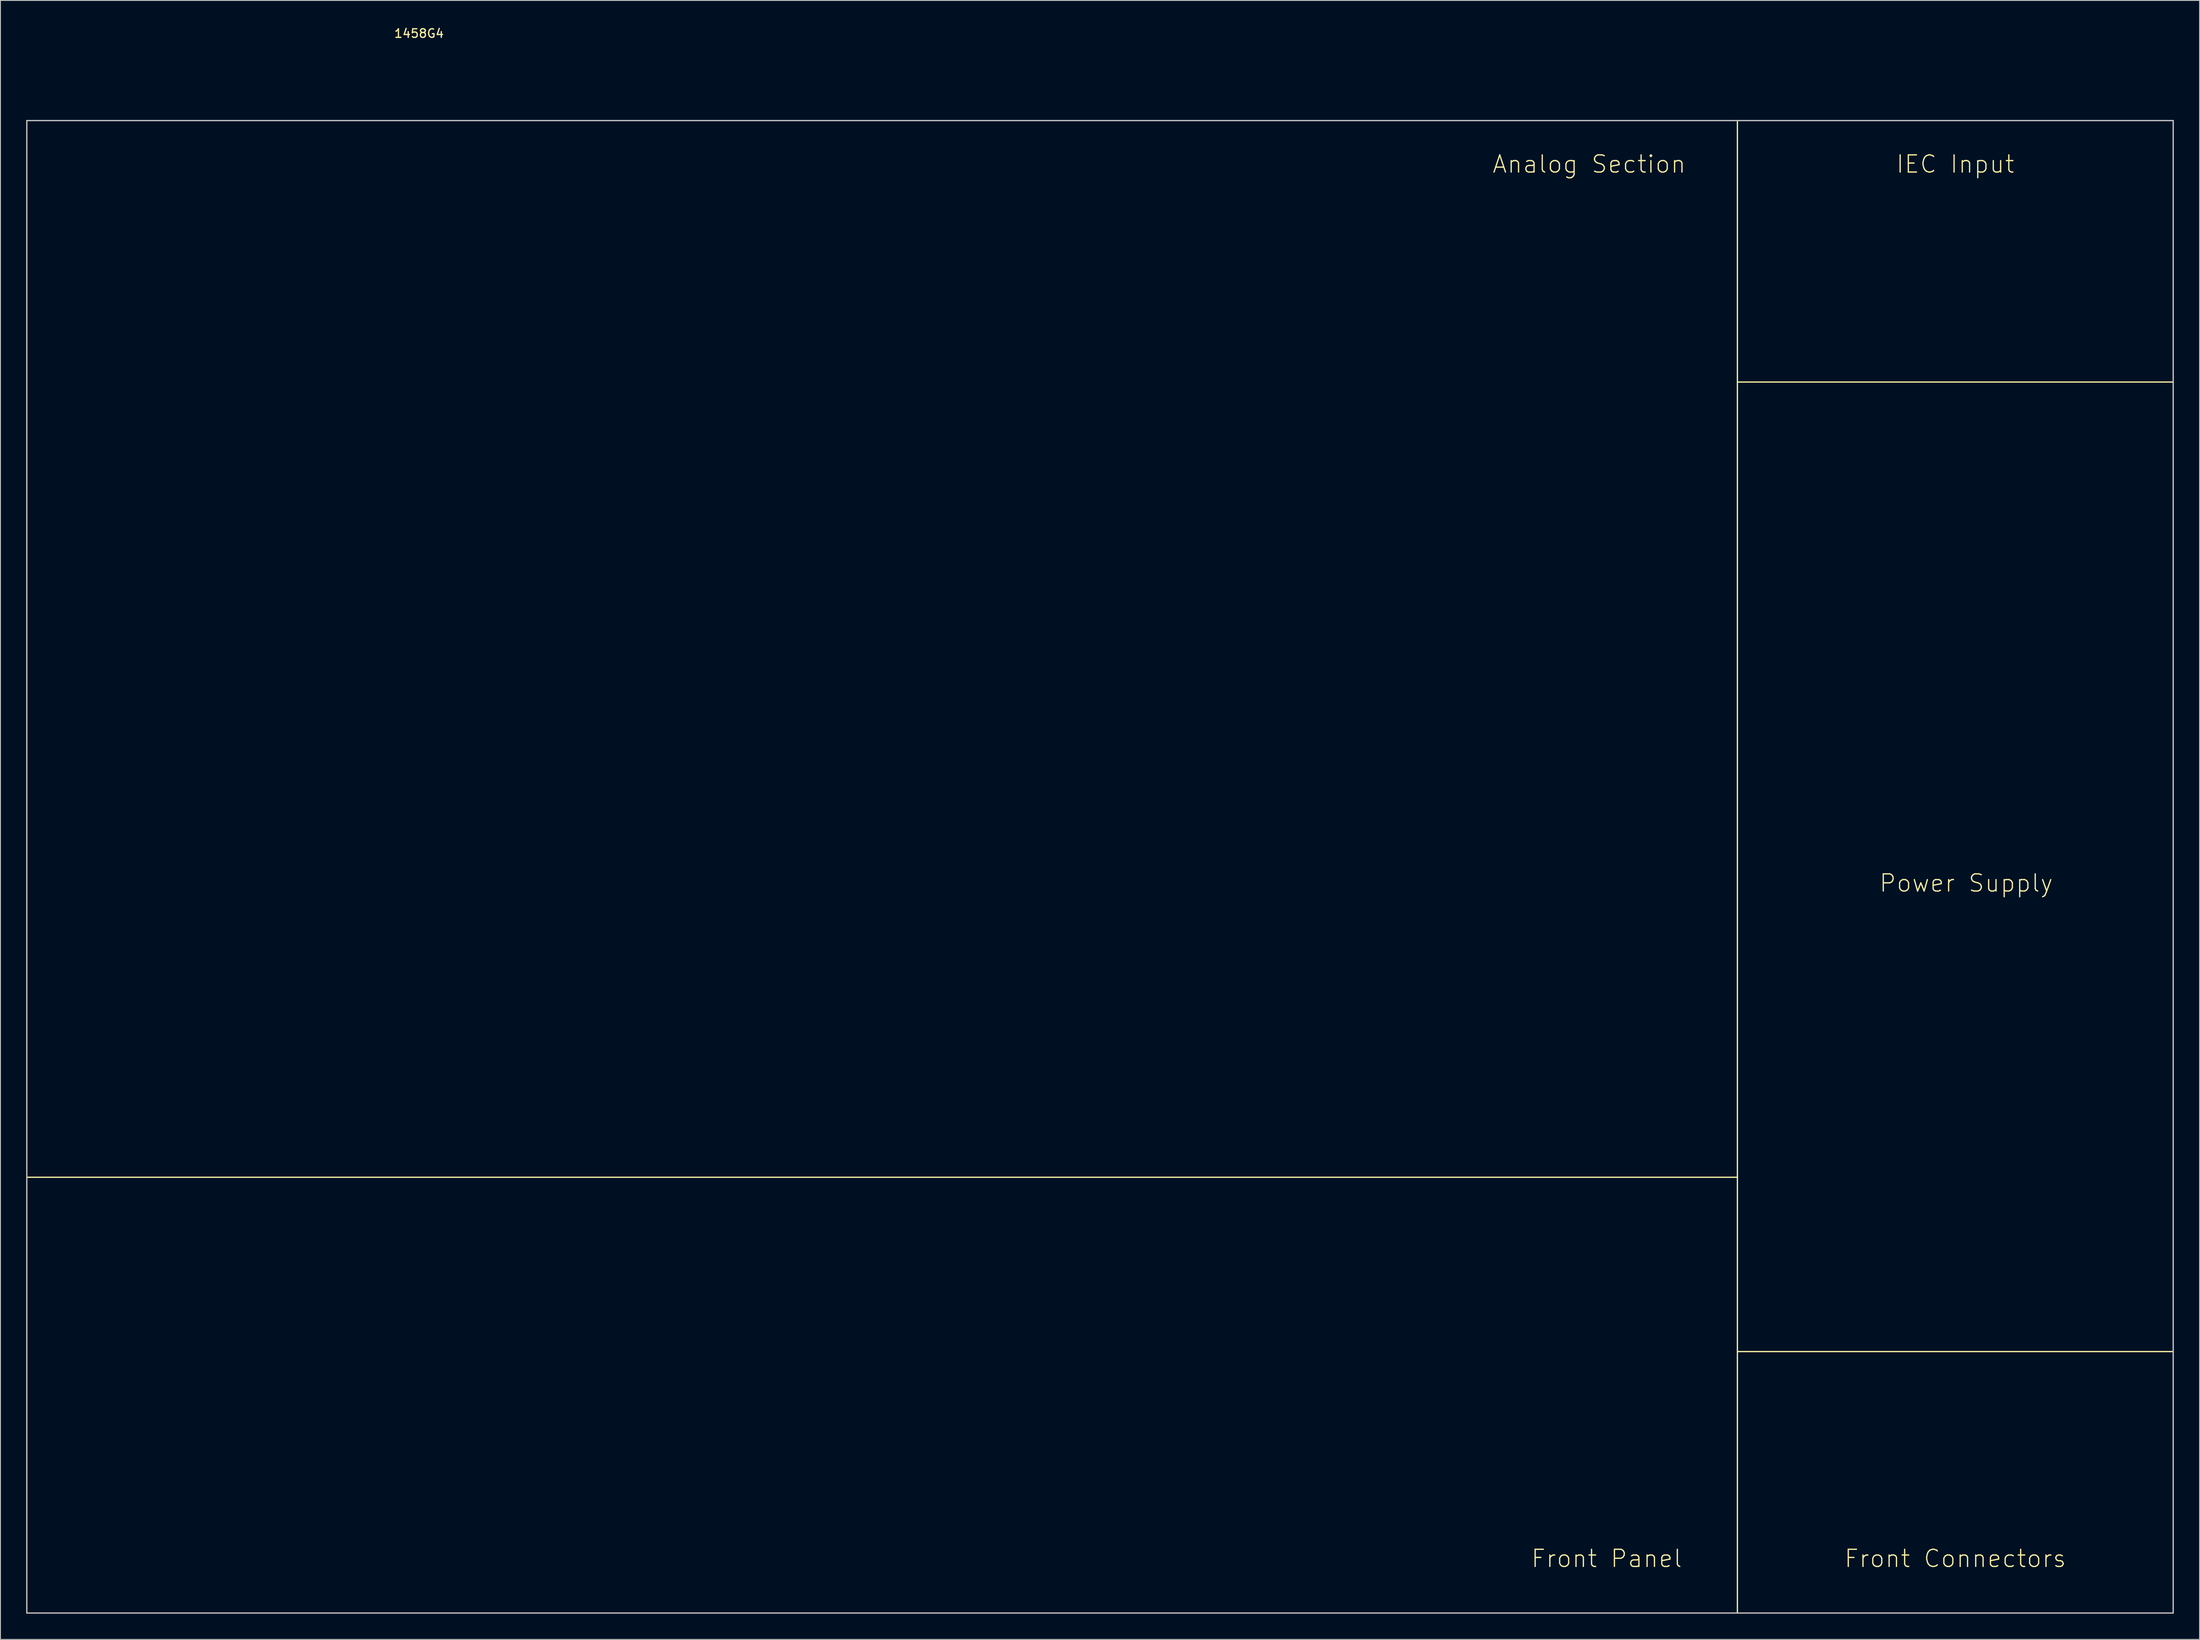
<source format=kicad_pcb>
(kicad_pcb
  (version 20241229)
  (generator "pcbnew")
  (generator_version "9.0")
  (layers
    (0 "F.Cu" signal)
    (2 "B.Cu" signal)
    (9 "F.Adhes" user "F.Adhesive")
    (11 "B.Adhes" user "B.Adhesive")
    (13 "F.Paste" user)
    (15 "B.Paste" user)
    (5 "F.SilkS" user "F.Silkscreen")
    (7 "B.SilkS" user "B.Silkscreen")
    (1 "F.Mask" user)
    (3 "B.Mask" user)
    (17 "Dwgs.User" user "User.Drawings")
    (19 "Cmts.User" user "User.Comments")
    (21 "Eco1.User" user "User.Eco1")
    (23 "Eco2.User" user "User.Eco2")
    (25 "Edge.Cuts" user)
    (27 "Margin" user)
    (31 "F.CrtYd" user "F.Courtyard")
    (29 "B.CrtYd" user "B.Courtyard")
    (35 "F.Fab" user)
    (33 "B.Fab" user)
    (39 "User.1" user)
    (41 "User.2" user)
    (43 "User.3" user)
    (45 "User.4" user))
  (footprint "1458G4"
    (layer "F.Cu")
    (at 125.805 97.368)
    (property "Reference" "1458G4" (at -80.01 -96.52 0) (layer "F.SilkS") (effects (font (size 1 1) (thickness 0.15))))
    (attr through_hole)
    (fp_line (start -125.73 36.83) (end 73.66 36.83) (stroke (width 0.15) (type solid)) (layer "F.SilkS"))
    (fp_line (start 73.66 -86.36) (end 73.66 87.63) (stroke (width 0.15) (type solid)) (layer "F.SilkS"))
    (fp_line (start 73.66 -55.88) (end 124.46 -55.88) (stroke (width 0.15) (type solid)) (layer "F.SilkS"))
    (fp_line (start 73.66 57.15) (end 124.46 57.15) (stroke (width 0.15) (type solid)) (layer "F.SilkS"))
    (fp_line (start -125.73 -86.36) (end 124.46 -86.36) (stroke (width 0.15) (type solid)) (layer "Dwgs.User"))
    (fp_line (start -125.73 87.63) (end -125.73 -86.36) (stroke (width 0.15) (type solid)) (layer "Dwgs.User"))
    (fp_line (start 124.46 -86.36) (end 124.46 87.63) (stroke (width 0.15) (type solid)) (layer "Dwgs.User"))
    (fp_line (start 124.46 87.63) (end -125.73 87.63) (stroke (width 0.15) (type solid)) (layer "Dwgs.User"))
    (fp_text user "Power Supply" (at 100.33 2.54 0) (layer "F.SilkS") (effects (font (size 2 2) (thickness 0.15))))
    (fp_text user "Front Panel" (at 58.42 81.28 0) (layer "F.SilkS") (effects (font (size 2 2) (thickness 0.15))))
    (fp_text user "IEC Input" (at 99.06 -81.28 0) (layer "F.SilkS") (effects (font (size 2 2) (thickness 0.15))))
    (fp_text user "Front Connectors" (at 99.06 81.28 0) (layer "F.SilkS") (effects (font (size 2 2) (thickness 0.15))))
    (fp_text user "Analog Section" (at 56.388 -81.28 0) (layer "F.SilkS") (effects (font (size 2 2) (thickness 0.15)))))
  (gr_rect
    (start -3 -3)
    (end 253.34 188.073)
    (stroke (width 0.1) (type default))
    (fill no)
    (layer "Edge.Cuts")))
</source>
